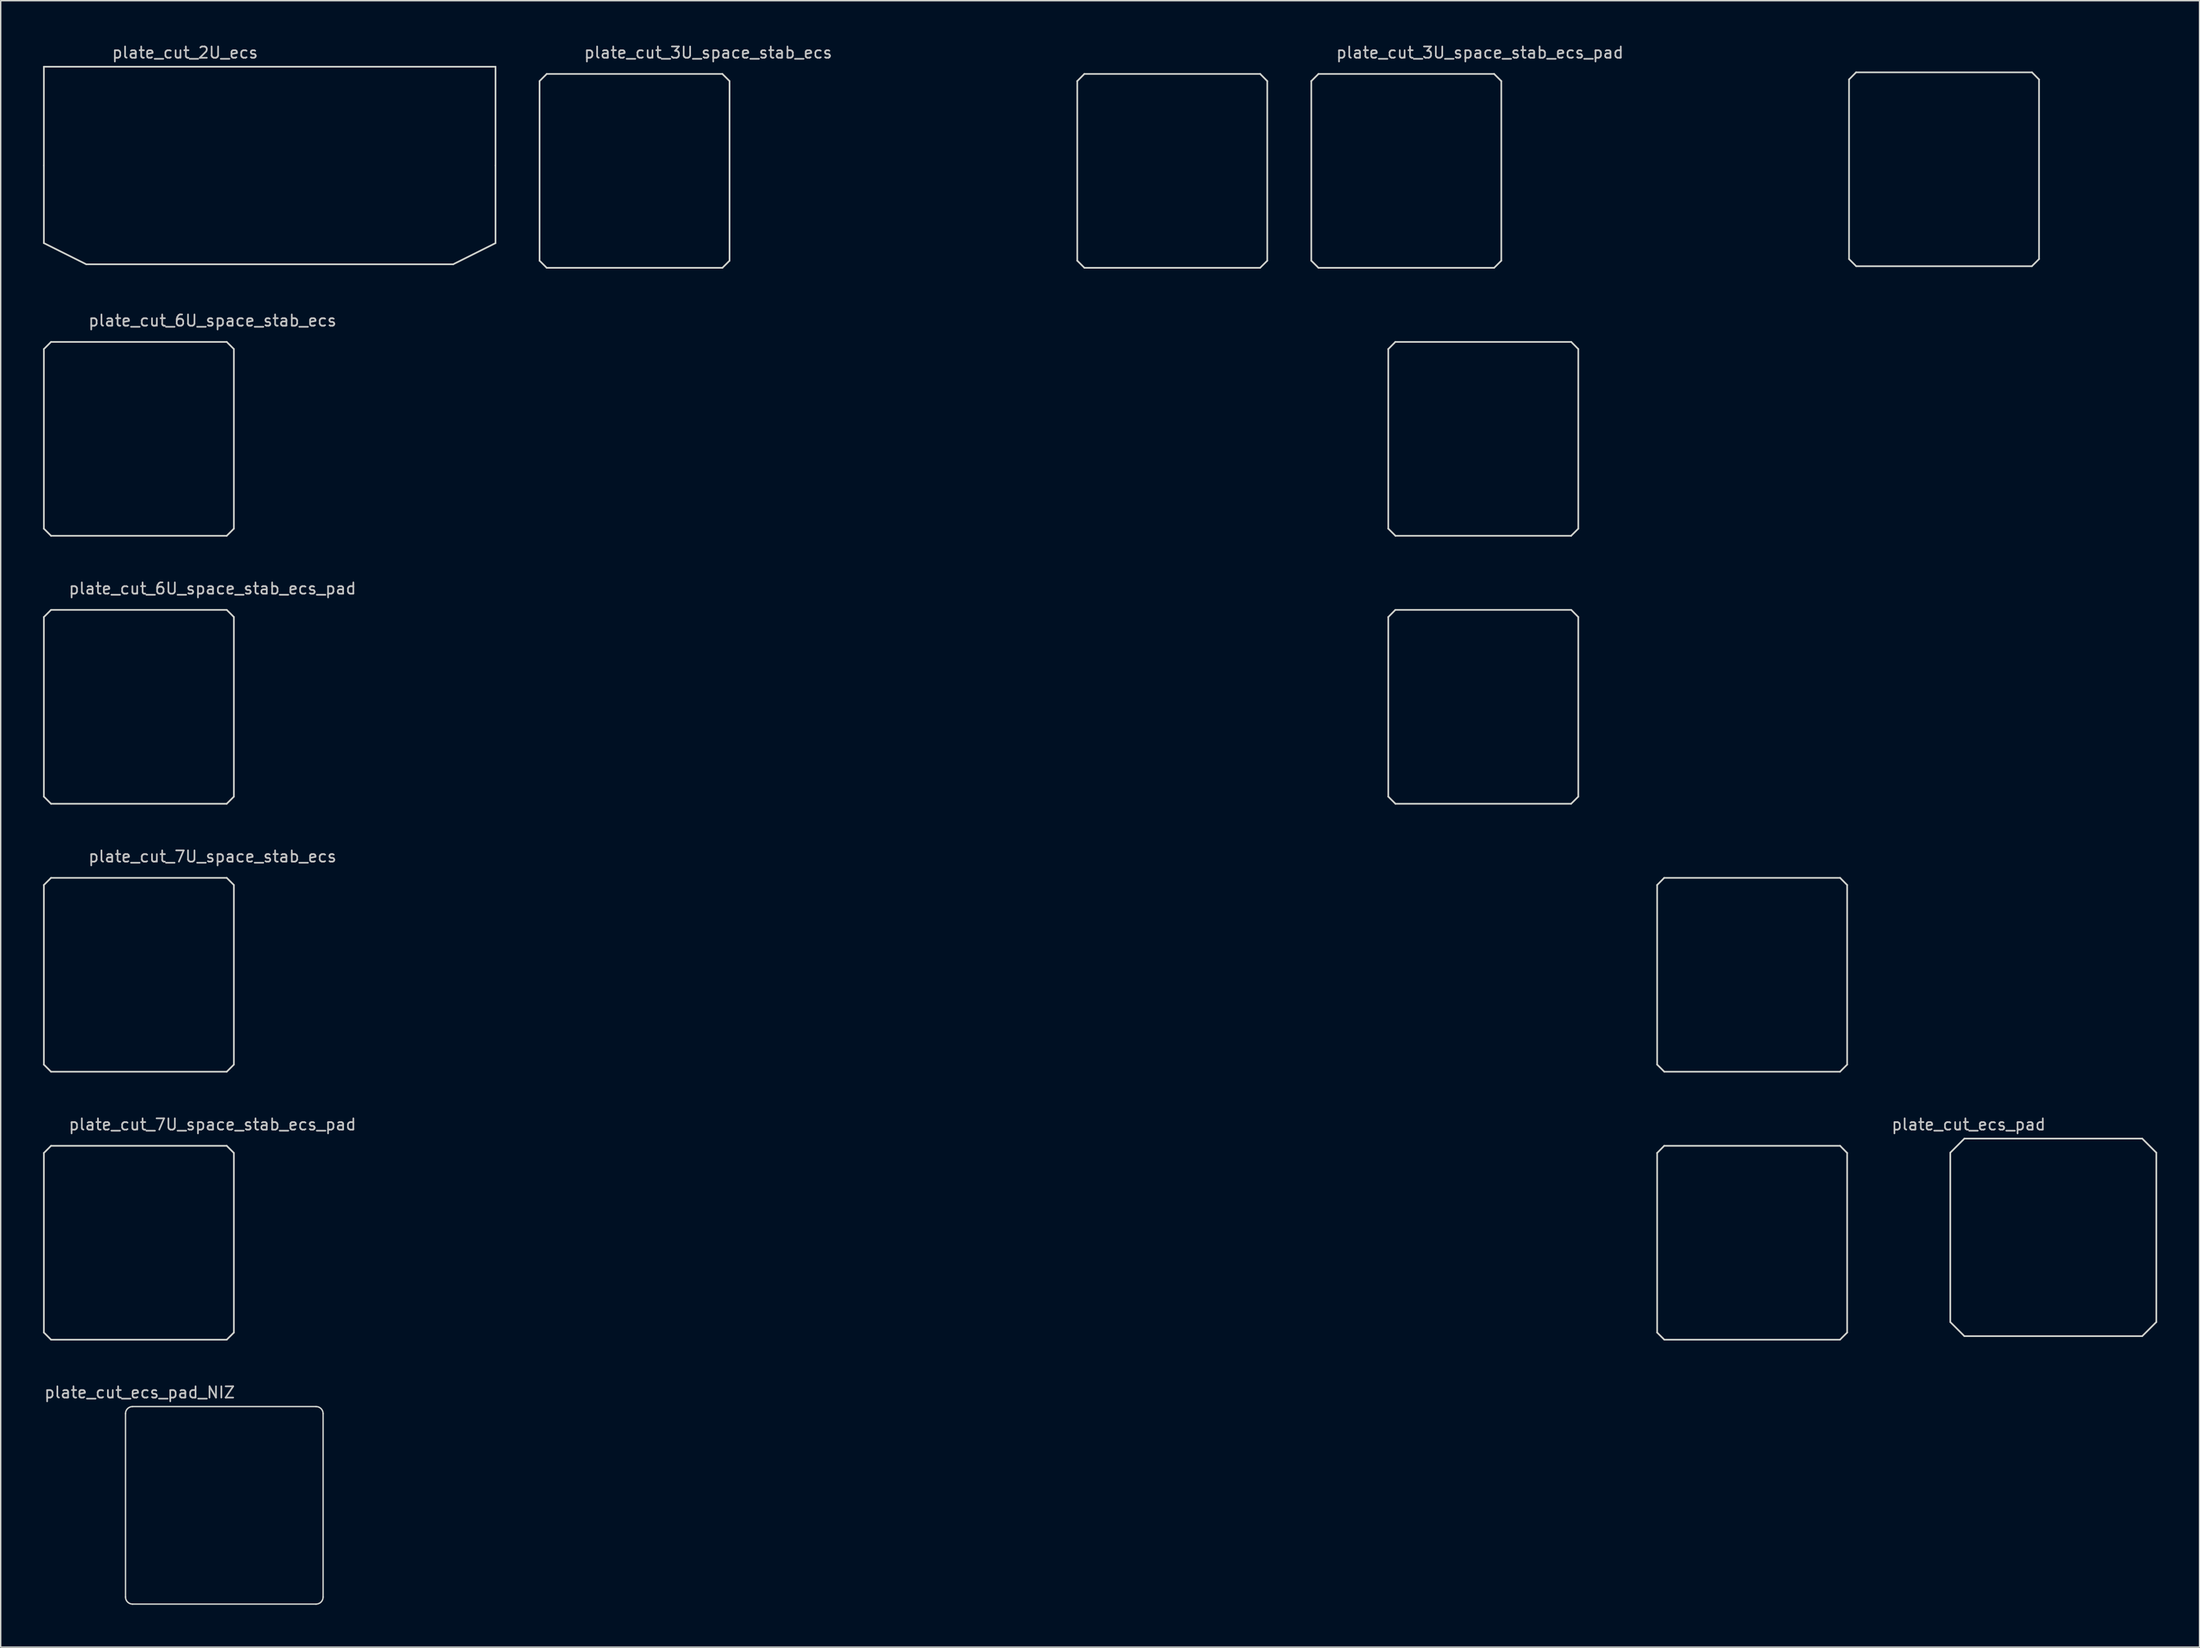
<source format=kicad_pcb>
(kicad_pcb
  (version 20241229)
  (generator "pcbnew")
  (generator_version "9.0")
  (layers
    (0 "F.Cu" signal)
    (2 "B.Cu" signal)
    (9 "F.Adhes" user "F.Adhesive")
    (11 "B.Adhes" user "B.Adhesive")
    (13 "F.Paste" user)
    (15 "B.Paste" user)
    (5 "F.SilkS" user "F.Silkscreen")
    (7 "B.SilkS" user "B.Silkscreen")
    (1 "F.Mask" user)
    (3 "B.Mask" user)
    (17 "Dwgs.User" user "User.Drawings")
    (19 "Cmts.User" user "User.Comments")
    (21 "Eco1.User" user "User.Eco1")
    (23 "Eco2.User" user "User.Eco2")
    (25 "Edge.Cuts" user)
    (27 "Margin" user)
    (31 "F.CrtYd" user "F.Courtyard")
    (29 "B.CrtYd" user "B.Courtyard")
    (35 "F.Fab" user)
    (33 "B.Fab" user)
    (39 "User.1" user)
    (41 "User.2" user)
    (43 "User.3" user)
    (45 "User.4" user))
  (footprint "plate_cut_3U_space_stab_ecs_pad"
    (layer "F.Cu")
    (at 115.643 9.061)
    (property "Reference" "plate_cut_3U_space_stab_ecs_pad" (at -13.836 -8.382 0) (layer "Dwgs.User") (effects (font (size 0.8 0.8) (thickness 0.12))))
    (attr smd)
    (fp_line (start -25.781 -6.364) (end -25.781 6.364) (stroke (width 0.12) (type solid)) (layer "Edge.Cuts"))
    (fp_line (start -25.781 6.364) (end -25.274 6.87) (stroke (width 0.12) (type solid)) (layer "Edge.Cuts"))
    (fp_line (start -25.274 -6.87) (end -25.781 -6.364) (stroke (width 0.12) (type solid)) (layer "Edge.Cuts"))
    (fp_line (start -25.274 6.87) (end -12.826 6.87) (stroke (width 0.12) (type solid)) (layer "Edge.Cuts"))
    (fp_line (start -12.826 -6.87) (end -25.274 -6.87) (stroke (width 0.12) (type solid)) (layer "Edge.Cuts"))
    (fp_line (start -12.826 6.87) (end -12.319 6.364) (stroke (width 0.12) (type solid)) (layer "Edge.Cuts"))
    (fp_line (start -12.319 -6.364) (end -12.826 -6.87) (stroke (width 0.12) (type solid)) (layer "Edge.Cuts"))
    (fp_line (start -12.319 6.364) (end -12.319 -6.364) (stroke (width 0.12) (type solid)) (layer "Edge.Cuts"))
    (fp_line (start 12.319 -6.478) (end 12.319 6.249) (stroke (width 0.12) (type solid)) (layer "Edge.Cuts"))
    (fp_line (start 12.319 -6.478) (end 12.819 -6.985) (stroke (width 0.12) (type solid)) (layer "Edge.Cuts"))
    (fp_line (start 12.319 6.249) (end 12.826 6.756) (stroke (width 0.12) (type solid)) (layer "Edge.Cuts"))
    (fp_line (start 12.819 -6.985) (end 25.281 -6.985) (stroke (width 0.12) (type solid)) (layer "Edge.Cuts"))
    (fp_line (start 12.826 6.756) (end 25.274 6.756) (stroke (width 0.12) (type solid)) (layer "Edge.Cuts"))
    (fp_line (start 25.274 6.756) (end 25.781 6.249) (stroke (width 0.12) (type solid)) (layer "Edge.Cuts"))
    (fp_line (start 25.281 -6.985) (end 25.781 -6.478) (stroke (width 0.12) (type solid)) (layer "Edge.Cuts"))
    (fp_line (start 25.781 6.249) (end 25.781 -6.478) (stroke (width 0.12) (type solid)) (layer "Edge.Cuts")))
  (footprint "plate_cut_3U_space_stab_ecs"
    (layer "F.Cu")
    (at 60.961 9.061)
    (property "Reference" "plate_cut_3U_space_stab_ecs" (at -13.836 -8.382 0) (layer "Dwgs.User") (effects (font (size 0.8 0.8) (thickness 0.12))))
    (attr smd)
    (fp_line (start -25.781 -6.364) (end -25.781 6.364) (stroke (width 0.12) (type solid)) (layer "Edge.Cuts"))
    (fp_line (start -25.781 6.364) (end -25.274 6.87) (stroke (width 0.12) (type solid)) (layer "Edge.Cuts"))
    (fp_line (start -25.274 -6.87) (end -25.781 -6.364) (stroke (width 0.12) (type solid)) (layer "Edge.Cuts"))
    (fp_line (start -25.274 6.87) (end -12.826 6.87) (stroke (width 0.12) (type solid)) (layer "Edge.Cuts"))
    (fp_line (start -12.826 -6.87) (end -25.274 -6.87) (stroke (width 0.12) (type solid)) (layer "Edge.Cuts"))
    (fp_line (start -12.826 6.87) (end -12.319 6.364) (stroke (width 0.12) (type solid)) (layer "Edge.Cuts"))
    (fp_line (start -12.319 -6.364) (end -12.826 -6.87) (stroke (width 0.12) (type solid)) (layer "Edge.Cuts"))
    (fp_line (start -12.319 6.364) (end -12.319 -6.364) (stroke (width 0.12) (type solid)) (layer "Edge.Cuts"))
    (fp_line (start 12.319 -6.364) (end 12.319 6.364) (stroke (width 0.12) (type solid)) (layer "Edge.Cuts"))
    (fp_line (start 12.319 -6.364) (end 12.819 -6.87) (stroke (width 0.12) (type solid)) (layer "Edge.Cuts"))
    (fp_line (start 12.319 6.364) (end 12.826 6.87) (stroke (width 0.12) (type solid)) (layer "Edge.Cuts"))
    (fp_line (start 12.819 -6.87) (end 25.281 -6.87) (stroke (width 0.12) (type solid)) (layer "Edge.Cuts"))
    (fp_line (start 12.826 6.87) (end 25.274 6.87) (stroke (width 0.12) (type solid)) (layer "Edge.Cuts"))
    (fp_line (start 25.274 6.87) (end 25.781 6.364) (stroke (width 0.12) (type solid)) (layer "Edge.Cuts"))
    (fp_line (start 25.281 -6.87) (end 25.781 -6.364) (stroke (width 0.12) (type solid)) (layer "Edge.Cuts"))
    (fp_line (start 25.781 6.364) (end 25.781 -6.364) (stroke (width 0.12) (type solid)) (layer "Edge.Cuts")))
  (footprint "plate_cut_ecs_pad"
    (layer "F.Cu")
    (at 142.436 84.643)
    (property "Reference" "plate_cut_ecs_pad" (at -6 -8 0) (layer "Dwgs.User") (effects (font (size 0.8 0.8) (thickness 0.12))))
    (attr smd)
    (fp_line (start -7.3 -6) (end -7.3 6) (stroke (width 0.12) (type solid)) (layer "Edge.Cuts"))
    (fp_line (start -7.3 6) (end -6.3 7) (stroke (width 0.12) (type solid)) (layer "Edge.Cuts"))
    (fp_line (start -6.3 -7) (end -7.3 -6) (stroke (width 0.12) (type solid)) (layer "Edge.Cuts"))
    (fp_line (start -6.3 7) (end 6.3 7) (stroke (width 0.12) (type solid)) (layer "Edge.Cuts"))
    (fp_line (start 6.3 -7) (end -6.3 -7) (stroke (width 0.12) (type solid)) (layer "Edge.Cuts"))
    (fp_line (start 6.3 -7) (end 7.3 -6) (stroke (width 0.12) (type solid)) (layer "Edge.Cuts"))
    (fp_line (start 6.3 7) (end 7.3 6) (stroke (width 0.12) (type solid)) (layer "Edge.Cuts"))
    (fp_line (start 7.3 6) (end 7.3 -6) (stroke (width 0.12) (type solid)) (layer "Edge.Cuts")))
  (footprint "plate_cut_7U_space_stab_ecs_pad"
    (layer "F.Cu")
    (at 63.948 85.025)
    (property "Reference" "plate_cut_7U_space_stab_ecs_pad" (at -51.943 -8.382 0) (layer "Dwgs.User") (effects (font (size 0.8 0.8) (thickness 0.12))))
    (attr smd)
    (fp_line (start -63.888 -6.364) (end -63.888 6.364) (stroke (width 0.12) (type solid)) (layer "Edge.Cuts"))
    (fp_line (start -63.888 6.364) (end -63.381 6.87) (stroke (width 0.12) (type solid)) (layer "Edge.Cuts"))
    (fp_line (start -63.381 -6.87) (end -63.888 -6.364) (stroke (width 0.12) (type solid)) (layer "Edge.Cuts"))
    (fp_line (start -63.381 6.87) (end -50.933 6.87) (stroke (width 0.12) (type solid)) (layer "Edge.Cuts"))
    (fp_line (start -50.933 -6.87) (end -63.381 -6.87) (stroke (width 0.12) (type solid)) (layer "Edge.Cuts"))
    (fp_line (start -50.933 6.87) (end -50.426 6.364) (stroke (width 0.12) (type solid)) (layer "Edge.Cuts"))
    (fp_line (start -50.426 -6.364) (end -50.933 -6.87) (stroke (width 0.12) (type solid)) (layer "Edge.Cuts"))
    (fp_line (start -50.426 6.364) (end -50.426 -6.364) (stroke (width 0.12) (type solid)) (layer "Edge.Cuts"))
    (fp_line (start 50.419 -6.364) (end 50.419 6.364) (stroke (width 0.12) (type solid)) (layer "Edge.Cuts"))
    (fp_line (start 50.419 -6.364) (end 50.919 -6.87) (stroke (width 0.12) (type solid)) (layer "Edge.Cuts"))
    (fp_line (start 50.419 6.364) (end 50.926 6.87) (stroke (width 0.12) (type solid)) (layer "Edge.Cuts"))
    (fp_line (start 50.919 -6.87) (end 63.381 -6.87) (stroke (width 0.12) (type solid)) (layer "Edge.Cuts"))
    (fp_line (start 50.926 6.87) (end 63.374 6.87) (stroke (width 0.12) (type solid)) (layer "Edge.Cuts"))
    (fp_line (start 63.374 6.87) (end 63.881 6.364) (stroke (width 0.12) (type solid)) (layer "Edge.Cuts"))
    (fp_line (start 63.381 -6.87) (end 63.881 -6.364) (stroke (width 0.12) (type solid)) (layer "Edge.Cuts"))
    (fp_line (start 63.881 6.364) (end 63.881 -6.364) (stroke (width 0.12) (type solid)) (layer "Edge.Cuts")))
  (footprint "plate_cut_6U_space_stab_ecs"
    (layer "F.Cu")
    (at 54.423 28.052)
    (property "Reference" "plate_cut_6U_space_stab_ecs" (at -42.418 -8.382 0) (layer "Dwgs.User") (effects (font (size 0.8 0.8) (thickness 0.12))))
    (attr smd)
    (fp_line (start -54.363 -6.364) (end -54.363 6.364) (stroke (width 0.12) (type solid)) (layer "Edge.Cuts"))
    (fp_line (start -54.363 6.364) (end -53.856 6.87) (stroke (width 0.12) (type solid)) (layer "Edge.Cuts"))
    (fp_line (start -53.856 -6.87) (end -54.363 -6.364) (stroke (width 0.12) (type solid)) (layer "Edge.Cuts"))
    (fp_line (start -53.856 6.87) (end -41.408 6.87) (stroke (width 0.12) (type solid)) (layer "Edge.Cuts"))
    (fp_line (start -41.408 -6.87) (end -53.856 -6.87) (stroke (width 0.12) (type solid)) (layer "Edge.Cuts"))
    (fp_line (start -41.408 6.87) (end -40.901 6.364) (stroke (width 0.12) (type solid)) (layer "Edge.Cuts"))
    (fp_line (start -40.901 -6.364) (end -41.408 -6.87) (stroke (width 0.12) (type solid)) (layer "Edge.Cuts"))
    (fp_line (start -40.901 6.364) (end -40.901 -6.364) (stroke (width 0.12) (type solid)) (layer "Edge.Cuts"))
    (fp_line (start 40.894 -6.364) (end 40.894 6.364) (stroke (width 0.12) (type solid)) (layer "Edge.Cuts"))
    (fp_line (start 40.894 -6.364) (end 41.394 -6.87) (stroke (width 0.12) (type solid)) (layer "Edge.Cuts"))
    (fp_line (start 40.894 6.364) (end 41.401 6.87) (stroke (width 0.12) (type solid)) (layer "Edge.Cuts"))
    (fp_line (start 41.394 -6.87) (end 53.856 -6.87) (stroke (width 0.12) (type solid)) (layer "Edge.Cuts"))
    (fp_line (start 41.401 6.87) (end 53.849 6.87) (stroke (width 0.12) (type solid)) (layer "Edge.Cuts"))
    (fp_line (start 53.849 6.87) (end 54.356 6.364) (stroke (width 0.12) (type solid)) (layer "Edge.Cuts"))
    (fp_line (start 53.856 -6.87) (end 54.356 -6.364) (stroke (width 0.12) (type solid)) (layer "Edge.Cuts"))
    (fp_line (start 54.356 6.364) (end 54.356 -6.364) (stroke (width 0.12) (type solid)) (layer "Edge.Cuts")))
  (footprint "plate_cut_2U_ecs"
    (layer "F.Cu")
    (at 16.06 8.679)
    (property "Reference" "plate_cut_2U_ecs" (at -6 -8 0) (layer "Dwgs.User") (effects (font (size 0.8 0.8) (thickness 0.12))))
    (attr smd)
    (fp_line (start -16 -7) (end 16 -7) (stroke (width 0.12) (type solid)) (layer "Edge.Cuts"))
    (fp_line (start -16 0) (end -16 -7) (stroke (width 0.12) (type solid)) (layer "Edge.Cuts"))
    (fp_line (start -16 0) (end -16 5.5) (stroke (width 0.12) (type solid)) (layer "Edge.Cuts"))
    (fp_line (start -16 5.5) (end -13 7) (stroke (width 0.12) (type solid)) (layer "Edge.Cuts"))
    (fp_line (start 13 7) (end -13 7) (stroke (width 0.12) (type solid)) (layer "Edge.Cuts"))
    (fp_line (start 16 -7) (end 16 0) (stroke (width 0.12) (type solid)) (layer "Edge.Cuts"))
    (fp_line (start 16 0) (end 16 5.5) (stroke (width 0.12) (type solid)) (layer "Edge.Cuts"))
    (fp_line (start 16 5.5) (end 13 7) (stroke (width 0.12) (type solid)) (layer "Edge.Cuts")))
  (footprint "plate_cut_ecs_pad_NIZ"
    (layer "F.Cu")
    (at 12.843 103.634)
    (property "Reference" "plate_cut_ecs_pad_NIZ" (at -6 -8 0) (layer "Dwgs.User") (effects (font (size 0.8 0.8) (thickness 0.12))))
    (attr smd)
    (fp_line (start -7 -6.5) (end -7 6.5) (stroke (width 0.1) (type solid)) (layer "Edge.Cuts"))
    (fp_line (start -6.5 -7) (end 6.5 -7) (stroke (width 0.1) (type solid)) (layer "Edge.Cuts"))
    (fp_line (start -6.5 7) (end 6.5 7) (stroke (width 0.1) (type solid)) (layer "Edge.Cuts"))
    (fp_line (start 7 -6.5) (end 7 6.5) (stroke (width 0.1) (type solid)) (layer "Edge.Cuts"))
    (fp_arc (start -7 -6.5) (mid -6.853553 -6.853553) (end -6.5 -7) (stroke (width 0.1) (type solid)) (layer "Edge.Cuts"))
    (fp_arc (start -6.5 7) (mid -6.853526 6.853525) (end -7 6.5) (stroke (width 0.1) (type solid)) (layer "Edge.Cuts"))
    (fp_arc (start 6.5 -7) (mid 6.853523 -6.853519) (end 7 -6.5) (stroke (width 0.1) (type solid)) (layer "Edge.Cuts"))
    (fp_arc (start 7 6.5) (mid 6.853552 6.853551) (end 6.5 7) (stroke (width 0.1) (type solid)) (layer "Edge.Cuts")))
  (footprint "plate_cut_7U_space_stab_ecs"
    (layer "F.Cu")
    (at 63.948 66.034)
    (property "Reference" "plate_cut_7U_space_stab_ecs" (at -51.943 -8.382 0) (layer "Dwgs.User") (effects (font (size 0.8 0.8) (thickness 0.12))))
    (attr smd)
    (fp_line (start -63.888 -6.364) (end -63.888 6.364) (stroke (width 0.12) (type solid)) (layer "Edge.Cuts"))
    (fp_line (start -63.888 6.364) (end -63.381 6.87) (stroke (width 0.12) (type solid)) (layer "Edge.Cuts"))
    (fp_line (start -63.381 -6.87) (end -63.888 -6.364) (stroke (width 0.12) (type solid)) (layer "Edge.Cuts"))
    (fp_line (start -63.381 6.87) (end -50.933 6.87) (stroke (width 0.12) (type solid)) (layer "Edge.Cuts"))
    (fp_line (start -50.933 -6.87) (end -63.381 -6.87) (stroke (width 0.12) (type solid)) (layer "Edge.Cuts"))
    (fp_line (start -50.933 6.87) (end -50.426 6.364) (stroke (width 0.12) (type solid)) (layer "Edge.Cuts"))
    (fp_line (start -50.426 -6.364) (end -50.933 -6.87) (stroke (width 0.12) (type solid)) (layer "Edge.Cuts"))
    (fp_line (start -50.426 6.364) (end -50.426 -6.364) (stroke (width 0.12) (type solid)) (layer "Edge.Cuts"))
    (fp_line (start 50.419 -6.364) (end 50.419 6.364) (stroke (width 0.12) (type solid)) (layer "Edge.Cuts"))
    (fp_line (start 50.419 -6.364) (end 50.919 -6.87) (stroke (width 0.12) (type solid)) (layer "Edge.Cuts"))
    (fp_line (start 50.419 6.364) (end 50.926 6.87) (stroke (width 0.12) (type solid)) (layer "Edge.Cuts"))
    (fp_line (start 50.919 -6.87) (end 63.381 -6.87) (stroke (width 0.12) (type solid)) (layer "Edge.Cuts"))
    (fp_line (start 50.926 6.87) (end 63.374 6.87) (stroke (width 0.12) (type solid)) (layer "Edge.Cuts"))
    (fp_line (start 63.374 6.87) (end 63.881 6.364) (stroke (width 0.12) (type solid)) (layer "Edge.Cuts"))
    (fp_line (start 63.381 -6.87) (end 63.881 -6.364) (stroke (width 0.12) (type solid)) (layer "Edge.Cuts"))
    (fp_line (start 63.881 6.364) (end 63.881 -6.364) (stroke (width 0.12) (type solid)) (layer "Edge.Cuts")))
  (footprint "plate_cut_6U_space_stab_ecs_pad"
    (layer "F.Cu")
    (at 54.423 47.043)
    (property "Reference" "plate_cut_6U_space_stab_ecs_pad" (at -42.418 -8.382 0) (layer "Dwgs.User") (effects (font (size 0.8 0.8) (thickness 0.12))))
    (attr smd)
    (fp_line (start -54.363 -6.364) (end -54.363 6.364) (stroke (width 0.12) (type solid)) (layer "Edge.Cuts"))
    (fp_line (start -54.363 6.364) (end -53.856 6.87) (stroke (width 0.12) (type solid)) (layer "Edge.Cuts"))
    (fp_line (start -53.856 -6.87) (end -54.363 -6.364) (stroke (width 0.12) (type solid)) (layer "Edge.Cuts"))
    (fp_line (start -53.856 6.87) (end -41.408 6.87) (stroke (width 0.12) (type solid)) (layer "Edge.Cuts"))
    (fp_line (start -41.408 -6.87) (end -53.856 -6.87) (stroke (width 0.12) (type solid)) (layer "Edge.Cuts"))
    (fp_line (start -41.408 6.87) (end -40.901 6.364) (stroke (width 0.12) (type solid)) (layer "Edge.Cuts"))
    (fp_line (start -40.901 -6.364) (end -41.408 -6.87) (stroke (width 0.12) (type solid)) (layer "Edge.Cuts"))
    (fp_line (start -40.901 6.364) (end -40.901 -6.364) (stroke (width 0.12) (type solid)) (layer "Edge.Cuts"))
    (fp_line (start 40.894 -6.364) (end 40.894 6.364) (stroke (width 0.12) (type solid)) (layer "Edge.Cuts"))
    (fp_line (start 40.894 -6.364) (end 41.394 -6.87) (stroke (width 0.12) (type solid)) (layer "Edge.Cuts"))
    (fp_line (start 40.894 6.364) (end 41.401 6.87) (stroke (width 0.12) (type solid)) (layer "Edge.Cuts"))
    (fp_line (start 41.394 -6.87) (end 53.856 -6.87) (stroke (width 0.12) (type solid)) (layer "Edge.Cuts"))
    (fp_line (start 41.401 6.87) (end 53.849 6.87) (stroke (width 0.12) (type solid)) (layer "Edge.Cuts"))
    (fp_line (start 53.849 6.87) (end 54.356 6.364) (stroke (width 0.12) (type solid)) (layer "Edge.Cuts"))
    (fp_line (start 53.856 -6.87) (end 54.356 -6.364) (stroke (width 0.12) (type solid)) (layer "Edge.Cuts"))
    (fp_line (start 54.356 6.364) (end 54.356 -6.364) (stroke (width 0.12) (type solid)) (layer "Edge.Cuts")))
  (gr_rect
    (start -3 -3)
    (end 152.796 113.684)
    (stroke (width 0.1) (type default))
    (fill no)
    (layer "Edge.Cuts")))
</source>
